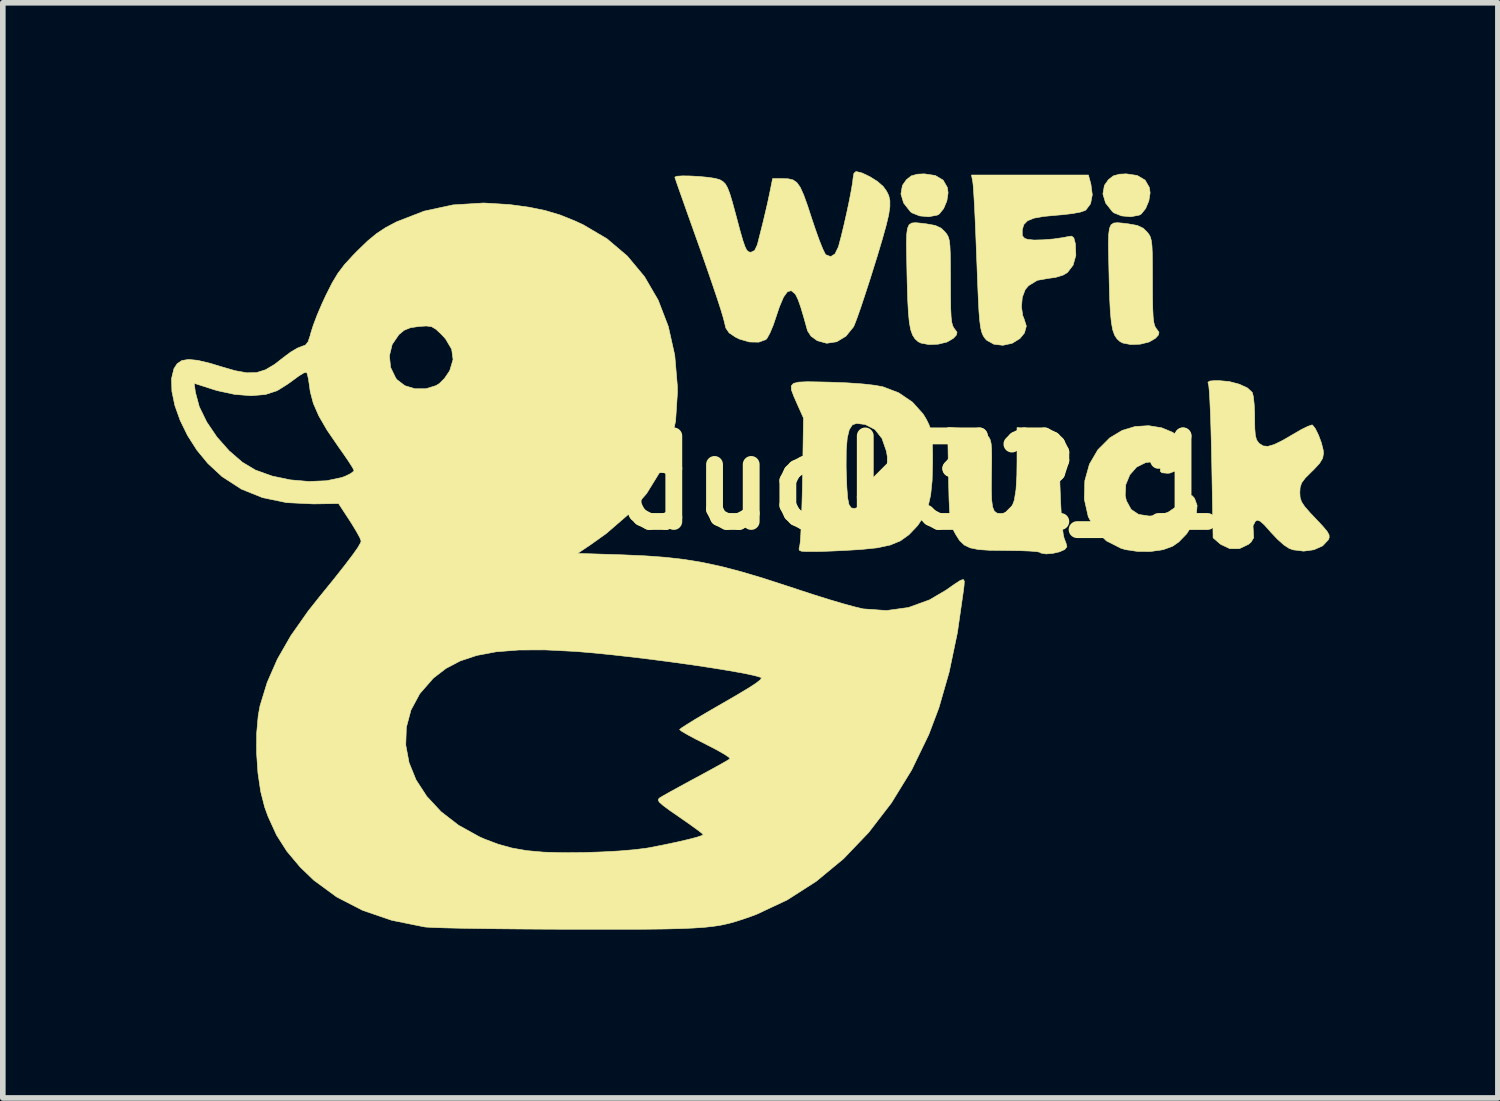
<source format=kicad_pcb>
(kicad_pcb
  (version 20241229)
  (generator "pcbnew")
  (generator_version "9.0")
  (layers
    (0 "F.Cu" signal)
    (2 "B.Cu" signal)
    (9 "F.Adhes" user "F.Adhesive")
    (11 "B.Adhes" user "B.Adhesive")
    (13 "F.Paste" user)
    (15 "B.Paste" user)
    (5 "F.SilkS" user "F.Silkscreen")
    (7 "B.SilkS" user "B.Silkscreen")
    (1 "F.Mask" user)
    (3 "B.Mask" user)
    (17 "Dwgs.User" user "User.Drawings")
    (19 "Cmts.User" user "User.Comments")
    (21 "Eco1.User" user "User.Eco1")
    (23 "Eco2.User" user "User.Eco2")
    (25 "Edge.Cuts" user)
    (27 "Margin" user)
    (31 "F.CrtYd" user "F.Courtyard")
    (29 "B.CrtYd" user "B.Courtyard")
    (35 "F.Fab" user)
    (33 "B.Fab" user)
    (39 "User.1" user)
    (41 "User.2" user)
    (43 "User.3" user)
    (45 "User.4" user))
  (footprint "wifiduck32_1"
    (layer "F.Cu")
    (at 11.384 5.55)
    (property "Reference" "wifiduck32_1" (at 0 0 0) (layer "F.SilkS") (effects (font (size 1.524 1.524) (thickness 0.3))))
    (attr through_hole)
    (fp_poly (pts (xy 2.227 -5.474) (xy 2.367 -5.391) (xy 2.443 -5.259) (xy 2.455 -5.164) (xy 2.433 -5.02) (xy 2.376 -4.885) (xy 2.299 -4.789) (xy 2.263 -4.768) (xy 2.11 -4.739) (xy 1.947 -4.754) (xy 1.812 -4.808) (xy 1.783 -4.83) (xy 1.663 -4.984) (xy 1.615 -5.145) (xy 1.642 -5.298) (xy 1.713 -5.399) (xy 1.8 -5.467) (xy 1.908 -5.497) (xy 2.032 -5.503) (xy 2.227 -5.474)) (stroke (width 0.01) (type solid)) (fill yes) (layer "F.SilkS"))
    (fp_poly (pts (xy 5.825 -5.474) (xy 5.965 -5.391) (xy 6.041 -5.259) (xy 6.054 -5.164) (xy 6.031 -5.02) (xy 5.974 -4.885) (xy 5.897 -4.789) (xy 5.861 -4.768) (xy 5.709 -4.739) (xy 5.545 -4.754) (xy 5.41 -4.808) (xy 5.382 -4.83) (xy 5.261 -4.984) (xy 5.213 -5.145) (xy 5.24 -5.298) (xy 5.311 -5.399) (xy 5.399 -5.467) (xy 5.506 -5.497) (xy 5.63 -5.503) (xy 5.825 -5.474)) (stroke (width 0.01) (type solid)) (fill yes) (layer "F.SilkS"))
    (fp_poly (pts (xy 1.973 -4.624) (xy 2.07 -4.612) (xy 2.227 -4.584) (xy 2.333 -4.534) (xy 2.398 -4.471) (xy 2.433 -4.427) (xy 2.459 -4.38) (xy 2.477 -4.316) (xy 2.488 -4.222) (xy 2.494 -4.085) (xy 2.497 -3.893) (xy 2.498 -3.63) (xy 2.498 -3.589) (xy 2.499 -3.31) (xy 2.502 -3.103) (xy 2.509 -2.956) (xy 2.521 -2.856) (xy 2.539 -2.792) (xy 2.563 -2.75) (xy 2.569 -2.743) (xy 2.614 -2.682) (xy 2.604 -2.633) (xy 2.55 -2.574) (xy 2.438 -2.508) (xy 2.28 -2.469) (xy 2.113 -2.462) (xy 1.97 -2.489) (xy 1.921 -2.514) (xy 1.866 -2.564) (xy 1.823 -2.63) (xy 1.79 -2.723) (xy 1.765 -2.854) (xy 1.748 -3.033) (xy 1.735 -3.272) (xy 1.726 -3.581) (xy 1.723 -3.713) (xy 1.717 -4.019) (xy 1.713 -4.25) (xy 1.717 -4.417) (xy 1.731 -4.529) (xy 1.76 -4.595) (xy 1.808 -4.627) (xy 1.877 -4.633) (xy 1.973 -4.624)) (stroke (width 0.01) (type solid)) (fill yes) (layer "F.SilkS"))
    (fp_poly (pts (xy 5.572 -4.624) (xy 5.668 -4.612) (xy 5.826 -4.584) (xy 5.931 -4.534) (xy 5.996 -4.471) (xy 6.032 -4.427) (xy 6.058 -4.38) (xy 6.075 -4.316) (xy 6.087 -4.222) (xy 6.093 -4.085) (xy 6.095 -3.893) (xy 6.096 -3.63) (xy 6.096 -3.589) (xy 6.097 -3.31) (xy 6.101 -3.103) (xy 6.108 -2.956) (xy 6.12 -2.856) (xy 6.137 -2.792) (xy 6.162 -2.75) (xy 6.167 -2.743) (xy 6.212 -2.682) (xy 6.202 -2.633) (xy 6.149 -2.574) (xy 6.036 -2.508) (xy 5.879 -2.469) (xy 5.711 -2.462) (xy 5.569 -2.489) (xy 5.52 -2.514) (xy 5.464 -2.564) (xy 5.421 -2.63) (xy 5.388 -2.723) (xy 5.364 -2.854) (xy 5.346 -3.033) (xy 5.334 -3.272) (xy 5.325 -3.581) (xy 5.322 -3.713) (xy 5.315 -4.019) (xy 5.311 -4.25) (xy 5.315 -4.417) (xy 5.329 -4.529) (xy 5.358 -4.595) (xy 5.406 -4.627) (xy 5.476 -4.633) (xy 5.572 -4.624)) (stroke (width 0.01) (type solid)) (fill yes) (layer "F.SilkS"))
    (fp_poly (pts (xy 6.258 -0.98) (xy 6.459 -0.897) (xy 6.605 -0.772) (xy 6.677 -0.626) (xy 6.684 -0.473) (xy 6.636 -0.332) (xy 6.54 -0.225) (xy 6.404 -0.172) (xy 6.364 -0.169) (xy 6.264 -0.178) (xy 6.233 -0.208) (xy 6.238 -0.232) (xy 6.227 -0.299) (xy 6.157 -0.348) (xy 6.052 -0.369) (xy 5.976 -0.36) (xy 5.814 -0.28) (xy 5.692 -0.141) (xy 5.62 0.034) (xy 5.61 0.225) (xy 5.631 0.32) (xy 5.716 0.475) (xy 5.849 0.564) (xy 6.039 0.593) (xy 6.222 0.578) (xy 6.376 0.524) (xy 6.531 0.418) (xy 6.606 0.353) (xy 6.708 0.264) (xy 6.767 0.226) (xy 6.806 0.233) (xy 6.845 0.277) (xy 6.891 0.404) (xy 6.878 0.564) (xy 6.813 0.738) (xy 6.706 0.908) (xy 6.565 1.054) (xy 6.454 1.131) (xy 6.286 1.192) (xy 6.071 1.223) (xy 5.838 1.224) (xy 5.619 1.192) (xy 5.535 1.167) (xy 5.277 1.036) (xy 5.083 0.849) (xy 4.952 0.605) (xy 4.885 0.306) (xy 4.882 0.282) (xy 4.891 -0.037) (xy 4.973 -0.331) (xy 5.124 -0.589) (xy 5.335 -0.8) (xy 5.557 -0.933) (xy 5.785 -1.002) (xy 6.026 -1.017) (xy 6.258 -0.98)) (stroke (width 0.01) (type solid)) (fill yes) (layer "F.SilkS"))
    (fp_poly (pts (xy 3.938 -0.965) (xy 4.16 -0.929) (xy 4.308 -0.861) (xy 4.424 -0.774) (xy 4.448 0.047) (xy 4.459 0.335) (xy 4.473 0.586) (xy 4.49 0.789) (xy 4.508 0.929) (xy 4.522 0.987) (xy 4.558 1.082) (xy 4.572 1.139) (xy 4.534 1.188) (xy 4.441 1.23) (xy 4.32 1.258) (xy 4.2 1.268) (xy 4.109 1.252) (xy 4.089 1.238) (xy 4.037 1.227) (xy 3.917 1.217) (xy 3.745 1.21) (xy 3.537 1.207) (xy 3.471 1.206) (xy 3.199 1.203) (xy 2.997 1.19) (xy 2.85 1.16) (xy 2.743 1.109) (xy 2.662 1.032) (xy 2.591 0.921) (xy 2.561 0.865) (xy 2.531 0.798) (xy 2.509 0.721) (xy 2.493 0.621) (xy 2.481 0.485) (xy 2.472 0.298) (xy 2.466 0.049) (xy 2.462 -0.143) (xy 2.448 -0.984) (xy 2.748 -0.967) (xy 2.923 -0.951) (xy 3.037 -0.924) (xy 3.116 -0.879) (xy 3.143 -0.855) (xy 3.181 -0.813) (xy 3.206 -0.765) (xy 3.222 -0.697) (xy 3.23 -0.592) (xy 3.232 -0.437) (xy 3.229 -0.215) (xy 3.228 -0.152) (xy 3.226 0.112) (xy 3.231 0.303) (xy 3.248 0.43) (xy 3.279 0.506) (xy 3.328 0.542) (xy 3.397 0.547) (xy 3.437 0.543) (xy 3.524 0.511) (xy 3.589 0.435) (xy 3.635 0.309) (xy 3.665 0.122) (xy 3.68 -0.133) (xy 3.683 -0.376) (xy 3.683 -0.984) (xy 3.938 -0.965)) (stroke (width 0.01) (type solid)) (fill yes) (layer "F.SilkS"))
    (fp_poly (pts (xy 4.999 -5.32) (xy 5.024 -5.13) (xy 4.993 -4.971) (xy 4.911 -4.861) (xy 4.896 -4.851) (xy 4.815 -4.823) (xy 4.673 -4.796) (xy 4.496 -4.775) (xy 4.409 -4.768) (xy 4.16 -4.745) (xy 3.985 -4.714) (xy 3.87 -4.667) (xy 3.805 -4.601) (xy 3.777 -4.51) (xy 3.776 -4.499) (xy 3.777 -4.401) (xy 3.82 -4.353) (xy 3.872 -4.336) (xy 3.984 -4.324) (xy 4.148 -4.328) (xy 4.333 -4.343) (xy 4.507 -4.368) (xy 4.58 -4.383) (xy 4.656 -4.394) (xy 4.695 -4.362) (xy 4.72 -4.268) (xy 4.723 -4.255) (xy 4.731 -4.052) (xy 4.682 -3.877) (xy 4.583 -3.747) (xy 4.507 -3.701) (xy 4.371 -3.659) (xy 4.241 -3.641) (xy 4.237 -3.641) (xy 4.043 -3.606) (xy 3.887 -3.51) (xy 3.829 -3.441) (xy 3.777 -3.304) (xy 3.762 -3.134) (xy 3.785 -2.977) (xy 3.805 -2.93) (xy 3.849 -2.792) (xy 3.816 -2.669) (xy 3.734 -2.569) (xy 3.595 -2.484) (xy 3.431 -2.449) (xy 3.271 -2.468) (xy 3.143 -2.539) (xy 3.135 -2.547) (xy 3.101 -2.587) (xy 3.074 -2.632) (xy 3.051 -2.692) (xy 3.033 -2.776) (xy 3.018 -2.893) (xy 3.005 -3.053) (xy 2.994 -3.266) (xy 2.982 -3.54) (xy 2.969 -3.886) (xy 2.962 -4.064) (xy 2.95 -4.376) (xy 2.938 -4.666) (xy 2.926 -4.921) (xy 2.914 -5.129) (xy 2.904 -5.278) (xy 2.896 -5.354) (xy 2.896 -5.355) (xy 2.872 -5.482) (xy 4.955 -5.482) (xy 4.999 -5.32)) (stroke (width 0.01) (type solid)) (fill yes) (layer "F.SilkS"))
    (fp_poly (pts (xy 0.172 -1.796) (xy 0.349 -1.792) (xy 0.658 -1.78) (xy 0.932 -1.761) (xy 1.153 -1.736) (xy 1.294 -1.71) (xy 1.575 -1.603) (xy 1.821 -1.436) (xy 2.011 -1.224) (xy 2.072 -1.123) (xy 2.117 -1.029) (xy 2.147 -0.941) (xy 2.166 -0.841) (xy 2.175 -0.707) (xy 2.179 -0.521) (xy 2.179 -0.361) (xy 2.171 -0.039) (xy 2.145 0.216) (xy 2.099 0.421) (xy 2.026 0.592) (xy 1.925 0.745) (xy 1.902 0.774) (xy 1.758 0.925) (xy 1.605 1.035) (xy 1.422 1.11) (xy 1.192 1.159) (xy 0.897 1.189) (xy 0.896 1.189) (xy 0.66 1.203) (xy 0.418 1.215) (xy 0.204 1.223) (xy 0.09 1.225) (xy -0.069 1.225) (xy -0.159 1.219) (xy -0.197 1.2) (xy -0.199 1.165) (xy -0.189 1.132) (xy -0.179 1.065) (xy -0.169 0.926) (xy -0.16 0.727) (xy -0.151 0.481) (xy -0.143 0.2) (xy -0.138 -0.059) (xy -0.134 -0.288) (xy 0.639 -0.288) (xy 0.642 -0.169) (xy 0.652 0.089) (xy 0.666 0.271) (xy 0.689 0.387) (xy 0.728 0.447) (xy 0.787 0.458) (xy 0.873 0.43) (xy 0.972 0.382) (xy 1.164 0.239) (xy 1.298 0.042) (xy 1.37 -0.196) (xy 1.373 -0.463) (xy 1.357 -0.561) (xy 1.278 -0.789) (xy 1.152 -0.949) (xy 0.979 -1.038) (xy 0.824 -1.058) (xy 0.75 -1.031) (xy 0.695 -0.947) (xy 0.659 -0.799) (xy 0.641 -0.581) (xy 0.639 -0.288) (xy -0.134 -0.288) (xy -0.121 -1.154) (xy -0.23 -1.397) (xy -0.295 -1.545) (xy -0.335 -1.652) (xy -0.339 -1.725) (xy -0.299 -1.77) (xy -0.207 -1.793) (xy -0.053 -1.8) (xy 0.172 -1.796)) (stroke (width 0.01) (type solid)) (fill yes) (layer "F.SilkS"))
    (fp_poly (pts (xy 7.465 -1.803) (xy 7.643 -1.756) (xy 7.788 -1.689) (xy 7.873 -1.61) (xy 7.875 -1.606) (xy 7.894 -1.531) (xy 7.908 -1.395) (xy 7.916 -1.224) (xy 7.916 -1.152) (xy 7.919 -0.964) (xy 7.929 -0.841) (xy 7.951 -0.763) (xy 7.988 -0.711) (xy 7.999 -0.7) (xy 8.069 -0.656) (xy 8.153 -0.649) (xy 8.265 -0.681) (xy 8.419 -0.757) (xy 8.604 -0.865) (xy 8.747 -0.948) (xy 8.864 -1.005) (xy 8.935 -1.03) (xy 8.946 -1.029) (xy 8.997 -0.965) (xy 9.054 -0.849) (xy 9.105 -0.712) (xy 9.137 -0.584) (xy 9.143 -0.527) (xy 9.128 -0.438) (xy 9.072 -0.345) (xy 8.962 -0.227) (xy 8.932 -0.199) (xy 8.817 -0.084) (xy 8.753 0.002) (xy 8.726 0.086) (xy 8.721 0.174) (xy 8.726 0.262) (xy 8.751 0.339) (xy 8.807 0.424) (xy 8.904 0.535) (xy 8.999 0.635) (xy 9.129 0.773) (xy 9.207 0.866) (xy 9.242 0.929) (xy 9.244 0.979) (xy 9.229 1.016) (xy 9.127 1.124) (xy 8.972 1.193) (xy 8.789 1.218) (xy 8.603 1.195) (xy 8.53 1.169) (xy 8.439 1.109) (xy 8.322 1.005) (xy 8.202 0.878) (xy 8.198 0.873) (xy 8.088 0.749) (xy 8.014 0.684) (xy 7.964 0.667) (xy 7.93 0.684) (xy 7.887 0.767) (xy 7.893 0.872) (xy 7.899 0.979) (xy 7.853 1.056) (xy 7.806 1.097) (xy 7.646 1.173) (xy 7.474 1.174) (xy 7.313 1.098) (xy 7.294 1.083) (xy 7.176 0.981) (xy 7.152 -0.345) (xy 7.145 -0.675) (xy 7.137 -0.98) (xy 7.128 -1.248) (xy 7.118 -1.47) (xy 7.108 -1.634) (xy 7.099 -1.729) (xy 7.095 -1.746) (xy 7.084 -1.79) (xy 7.117 -1.812) (xy 7.209 -1.82) (xy 7.276 -1.82) (xy 7.465 -1.803)) (stroke (width 0.01) (type solid)) (fill yes) (layer "F.SilkS"))
    (fp_poly (pts (xy 0.924 -5.518) (xy 1.063 -5.452) (xy 1.198 -5.367) (xy 1.297 -5.28) (xy 1.304 -5.272) (xy 1.36 -5.194) (xy 1.398 -5.116) (xy 1.418 -5.027) (xy 1.418 -4.917) (xy 1.397 -4.774) (xy 1.353 -4.588) (xy 1.286 -4.348) (xy 1.195 -4.043) (xy 1.145 -3.883) (xy 1.057 -3.601) (xy 0.972 -3.341) (xy 0.897 -3.115) (xy 0.834 -2.936) (xy 0.788 -2.816) (xy 0.77 -2.777) (xy 0.635 -2.611) (xy 0.471 -2.512) (xy 0.293 -2.485) (xy 0.125 -2.531) (xy 0.013 -2.612) (xy -0.049 -2.708) (xy -0.049 -2.709) (xy -0.118 -2.956) (xy -0.171 -3.133) (xy -0.214 -3.255) (xy -0.251 -3.334) (xy -0.272 -3.367) (xy -0.339 -3.422) (xy -0.406 -3.404) (xy -0.476 -3.308) (xy -0.55 -3.133) (xy -0.601 -2.981) (xy -0.659 -2.809) (xy -0.719 -2.666) (xy -0.771 -2.572) (xy -0.79 -2.551) (xy -0.917 -2.505) (xy -1.083 -2.508) (xy -1.26 -2.559) (xy -1.333 -2.595) (xy -1.446 -2.671) (xy -1.504 -2.756) (xy -1.529 -2.859) (xy -1.55 -2.941) (xy -1.595 -3.091) (xy -1.662 -3.297) (xy -1.747 -3.548) (xy -1.845 -3.833) (xy -1.952 -4.139) (xy -1.984 -4.228) (xy -2.091 -4.529) (xy -2.189 -4.804) (xy -2.273 -5.042) (xy -2.341 -5.234) (xy -2.388 -5.369) (xy -2.411 -5.438) (xy -2.413 -5.445) (xy -2.375 -5.461) (xy -2.274 -5.467) (xy -2.134 -5.465) (xy -1.976 -5.456) (xy -1.821 -5.441) (xy -1.693 -5.422) (xy -1.613 -5.399) (xy -1.61 -5.398) (xy -1.556 -5.366) (xy -1.513 -5.324) (xy -1.475 -5.258) (xy -1.435 -5.155) (xy -1.388 -5) (xy -1.328 -4.78) (xy -1.312 -4.72) (xy -1.249 -4.484) (xy -1.201 -4.317) (xy -1.163 -4.208) (xy -1.132 -4.145) (xy -1.101 -4.115) (xy -1.066 -4.107) (xy -1.057 -4.106) (xy -0.991 -4.138) (xy -0.943 -4.239) (xy -0.936 -4.265) (xy -0.841 -4.642) (xy -0.762 -4.977) (xy -0.72 -5.175) (xy -0.671 -5.419) (xy -0.502 -5.419) (xy -0.392 -5.415) (xy -0.307 -5.395) (xy -0.239 -5.348) (xy -0.179 -5.264) (xy -0.118 -5.129) (xy -0.048 -4.935) (xy 0.021 -4.723) (xy 0.094 -4.506) (xy 0.162 -4.316) (xy 0.221 -4.169) (xy 0.265 -4.079) (xy 0.278 -4.062) (xy 0.364 -4.029) (xy 0.44 -4.077) (xy 0.501 -4.202) (xy 0.506 -4.22) (xy 0.553 -4.396) (xy 0.603 -4.604) (xy 0.653 -4.825) (xy 0.698 -5.038) (xy 0.733 -5.223) (xy 0.756 -5.362) (xy 0.762 -5.424) (xy 0.778 -5.513) (xy 0.815 -5.545) (xy 0.924 -5.518)) (stroke (width 0.01) (type solid)) (fill yes) (layer "F.SilkS"))
    (fp_poly (pts (xy -5.357 -4.956) (xy -5.01 -4.909) (xy -4.718 -4.849) (xy -4.452 -4.769) (xy -4.183 -4.66) (xy -4.043 -4.595) (xy -3.622 -4.347) (xy -3.258 -4.038) (xy -2.953 -3.672) (xy -2.709 -3.253) (xy -2.529 -2.785) (xy -2.414 -2.272) (xy -2.367 -1.717) (xy -2.366 -1.609) (xy -2.399 -1.1) (xy -2.499 -0.634) (xy -2.67 -0.206) (xy -2.914 0.19) (xy -3.234 0.558) (xy -3.633 0.903) (xy -3.899 1.093) (xy -4.144 1.258) (xy -3.331 1.284) (xy -2.934 1.302) (xy -2.577 1.328) (xy -2.245 1.366) (xy -1.922 1.419) (xy -1.59 1.49) (xy -1.234 1.583) (xy -0.837 1.701) (xy -0.384 1.848) (xy -0.221 1.902) (xy 0.057 1.993) (xy 0.328 2.078) (xy 0.574 2.151) (xy 0.778 2.207) (xy 0.924 2.242) (xy 0.948 2.247) (xy 1.356 2.276) (xy 1.749 2.222) (xy 2.124 2.086) (xy 2.418 1.913) (xy 2.575 1.803) (xy 2.674 1.739) (xy 2.726 1.722) (xy 2.744 1.752) (xy 2.74 1.827) (xy 2.73 1.912) (xy 2.621 2.671) (xy 2.474 3.373) (xy 2.291 4.01) (xy 2.112 4.484) (xy 1.805 5.118) (xy 1.446 5.702) (xy 1.04 6.23) (xy 0.592 6.698) (xy 0.106 7.1) (xy -0.411 7.431) (xy -0.956 7.687) (xy -1.058 7.725) (xy -1.196 7.773) (xy -1.323 7.814) (xy -1.448 7.849) (xy -1.578 7.878) (xy -1.722 7.901) (xy -1.887 7.919) (xy -2.082 7.932) (xy -2.313 7.942) (xy -2.589 7.949) (xy -2.919 7.953) (xy -3.309 7.954) (xy -3.768 7.954) (xy -4.304 7.954) (xy -4.311 7.954) (xy -4.755 7.952) (xy -5.18 7.949) (xy -5.577 7.945) (xy -5.939 7.94) (xy -6.255 7.935) (xy -6.517 7.929) (xy -6.717 7.922) (xy -6.845 7.915) (xy -6.878 7.911) (xy -7.456 7.794) (xy -7.974 7.617) (xy -8.436 7.379) (xy -8.844 7.08) (xy -9.087 6.846) (xy -9.323 6.565) (xy -9.507 6.277) (xy -9.657 5.949) (xy -9.719 5.779) (xy -9.79 5.501) (xy -9.839 5.17) (xy -9.863 4.815) (xy -9.863 4.671) (xy -7.206 4.671) (xy -7.147 4.986) (xy -7.022 5.294) (xy -6.831 5.587) (xy -6.578 5.859) (xy -6.265 6.101) (xy -5.895 6.306) (xy -5.8 6.348) (xy -5.558 6.439) (xy -5.313 6.507) (xy -5.05 6.553) (xy -4.75 6.58) (xy -4.398 6.59) (xy -4.043 6.587) (xy -3.711 6.576) (xy -3.4 6.559) (xy -3.131 6.536) (xy -2.922 6.51) (xy -2.879 6.503) (xy -2.619 6.452) (xy -2.381 6.402) (xy -2.178 6.355) (xy -2.024 6.315) (xy -1.93 6.284) (xy -1.907 6.268) (xy -1.94 6.236) (xy -2.03 6.168) (xy -2.164 6.072) (xy -2.326 5.959) (xy -2.333 5.954) (xy -2.511 5.831) (xy -2.626 5.745) (xy -2.69 5.688) (xy -2.709 5.65) (xy -2.694 5.622) (xy -2.681 5.612) (xy -2.617 5.574) (xy -2.495 5.505) (xy -2.327 5.413) (xy -2.131 5.306) (xy -2.032 5.253) (xy -1.832 5.145) (xy -1.658 5.049) (xy -1.524 4.974) (xy -1.445 4.927) (xy -1.429 4.916) (xy -1.453 4.887) (xy -1.539 4.83) (xy -1.675 4.753) (xy -1.848 4.664) (xy -1.863 4.656) (xy -2.041 4.566) (xy -2.188 4.487) (xy -2.289 4.428) (xy -2.328 4.397) (xy -2.328 4.397) (xy -2.293 4.367) (xy -2.195 4.304) (xy -2.045 4.211) (xy -1.854 4.098) (xy -1.632 3.969) (xy -1.565 3.931) (xy -1.298 3.776) (xy -1.101 3.658) (xy -0.967 3.571) (xy -0.892 3.512) (xy -0.869 3.477) (xy -0.88 3.467) (xy -1 3.433) (xy -1.193 3.392) (xy -1.446 3.347) (xy -1.747 3.298) (xy -2.083 3.247) (xy -2.443 3.197) (xy -2.815 3.148) (xy -3.186 3.103) (xy -3.544 3.063) (xy -3.877 3.03) (xy -4.173 3.005) (xy -4.191 3.004) (xy -4.729 2.977) (xy -5.195 2.979) (xy -5.597 3.011) (xy -5.941 3.076) (xy -6.236 3.174) (xy -6.489 3.307) (xy -6.709 3.476) (xy -6.722 3.489) (xy -6.956 3.757) (xy -7.113 4.049) (xy -7.195 4.356) (xy -7.206 4.671) (xy -9.863 4.671) (xy -9.862 4.465) (xy -9.834 4.147) (xy -9.802 3.973) (xy -9.674 3.556) (xy -9.493 3.143) (xy -9.253 2.725) (xy -8.946 2.288) (xy -8.743 2.032) (xy -8.494 1.726) (xy -8.299 1.479) (xy -8.155 1.29) (xy -8.059 1.154) (xy -8.01 1.068) (xy -8.001 1.038) (xy -8.023 0.98) (xy -8.082 0.872) (xy -8.166 0.733) (xy -8.202 0.677) (xy -8.403 0.37) (xy -8.848 0.377) (xy -9.327 0.354) (xy -9.754 0.266) (xy -10.136 0.112) (xy -10.478 -0.11) (xy -10.73 -0.343) (xy -10.926 -0.581) (xy -11.093 -0.842) (xy -11.225 -1.112) (xy -11.32 -1.379) (xy -11.372 -1.63) (xy -11.376 -1.772) (xy -10.975 -1.772) (xy -10.953 -1.611) (xy -10.884 -1.354) (xy -10.751 -1.082) (xy -10.57 -0.815) (xy -10.353 -0.57) (xy -10.117 -0.366) (xy -9.885 -0.227) (xy -9.588 -0.12) (xy -9.263 -0.052) (xy -8.932 -0.023) (xy -8.619 -0.036) (xy -8.348 -0.093) (xy -8.29 -0.114) (xy -8.189 -0.163) (xy -8.132 -0.207) (xy -8.128 -0.218) (xy -8.151 -0.267) (xy -8.215 -0.368) (xy -8.309 -0.506) (xy -8.409 -0.648) (xy -8.61 -0.941) (xy -8.755 -1.192) (xy -8.852 -1.414) (xy -8.907 -1.621) (xy -8.92 -1.716) (xy -8.939 -1.848) (xy -8.961 -1.941) (xy -8.976 -1.969) (xy -9.024 -1.956) (xy -9.112 -1.902) (xy -9.171 -1.858) (xy -9.312 -1.756) (xy -9.463 -1.661) (xy -9.504 -1.638) (xy -9.706 -1.572) (xy -9.961 -1.551) (xy -10.253 -1.574) (xy -10.563 -1.641) (xy -10.641 -1.665) (xy -10.975 -1.772) (xy -11.376 -1.772) (xy -11.379 -1.852) (xy -11.336 -2.032) (xy -11.279 -2.12) (xy -11.196 -2.177) (xy -11.077 -2.197) (xy -10.911 -2.181) (xy -10.686 -2.127) (xy -10.513 -2.074) (xy -10.247 -1.997) (xy -10.037 -1.959) (xy -9.863 -1.963) (xy -9.704 -2.013) (xy -9.541 -2.11) (xy -9.383 -2.233) (xy -9.344 -2.262) (xy -7.497 -2.262) (xy -7.476 -2.055) (xy -7.383 -1.863) (xy -7.36 -1.835) (xy -7.223 -1.73) (xy -7.043 -1.675) (xy -6.849 -1.675) (xy -6.669 -1.73) (xy -6.608 -1.767) (xy -6.516 -1.859) (xy -6.432 -1.982) (xy -6.42 -2.005) (xy -6.363 -2.196) (xy -6.388 -2.379) (xy -6.496 -2.562) (xy -6.565 -2.638) (xy -6.666 -2.733) (xy -6.744 -2.78) (xy -6.838 -2.793) (xy -6.967 -2.785) (xy -7.125 -2.762) (xy -7.236 -2.716) (xy -7.329 -2.638) (xy -7.448 -2.464) (xy -7.497 -2.262) (xy -9.344 -2.262) (xy -9.255 -2.329) (xy -9.134 -2.4) (xy -9.064 -2.427) (xy -8.993 -2.453) (xy -8.946 -2.511) (xy -8.908 -2.623) (xy -8.895 -2.675) (xy -8.853 -2.807) (xy -8.784 -2.989) (xy -8.697 -3.192) (xy -8.629 -3.339) (xy -8.518 -3.559) (xy -8.415 -3.731) (xy -8.298 -3.885) (xy -8.146 -4.051) (xy -8.072 -4.127) (xy -7.886 -4.307) (xy -7.726 -4.439) (xy -7.564 -4.546) (xy -7.374 -4.646) (xy -7.366 -4.65) (xy -6.879 -4.839) (xy -6.365 -4.95) (xy -5.821 -4.984) (xy -5.357 -4.956)) (stroke (width 0.01) (type solid)) (fill yes) (layer "F.SilkS")))
  (gr_rect
    (start -3 -3)
    (end 23.633 16.509)
    (stroke (width 0.1) (type default))
    (fill no)
    (layer "Edge.Cuts")))
</source>
